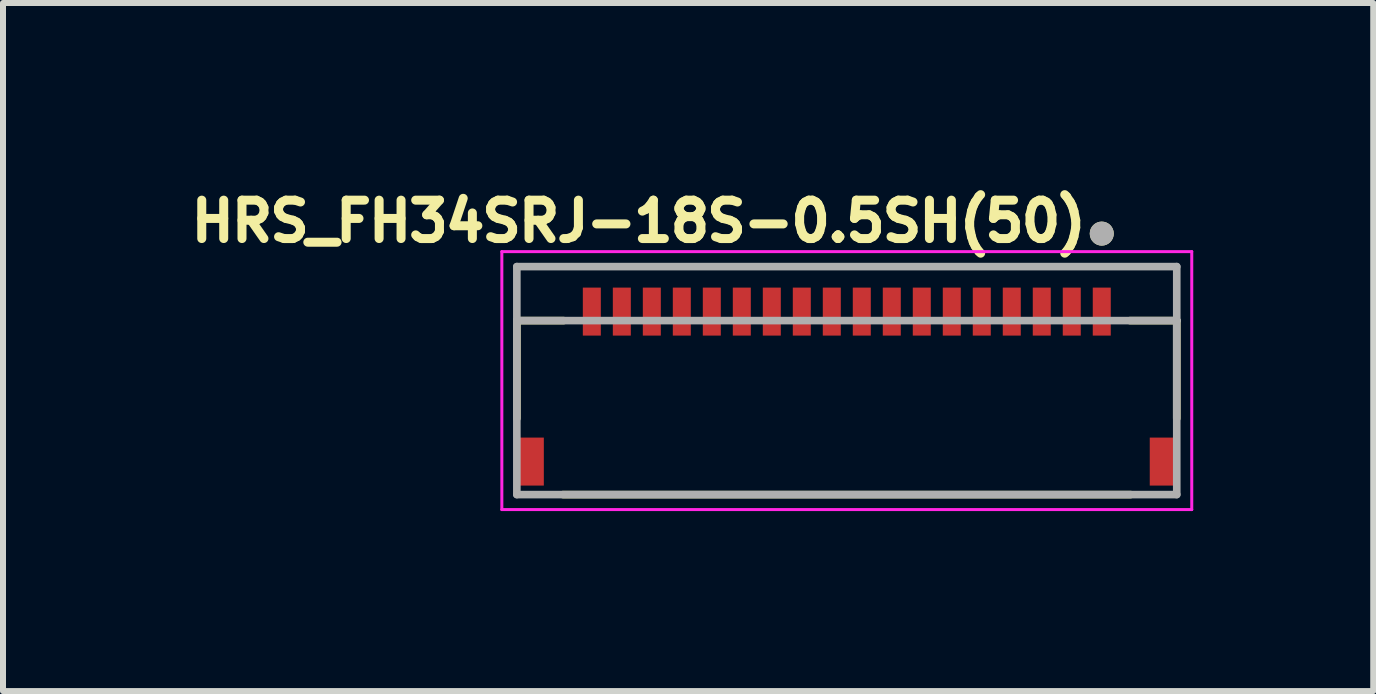
<source format=kicad_pcb>
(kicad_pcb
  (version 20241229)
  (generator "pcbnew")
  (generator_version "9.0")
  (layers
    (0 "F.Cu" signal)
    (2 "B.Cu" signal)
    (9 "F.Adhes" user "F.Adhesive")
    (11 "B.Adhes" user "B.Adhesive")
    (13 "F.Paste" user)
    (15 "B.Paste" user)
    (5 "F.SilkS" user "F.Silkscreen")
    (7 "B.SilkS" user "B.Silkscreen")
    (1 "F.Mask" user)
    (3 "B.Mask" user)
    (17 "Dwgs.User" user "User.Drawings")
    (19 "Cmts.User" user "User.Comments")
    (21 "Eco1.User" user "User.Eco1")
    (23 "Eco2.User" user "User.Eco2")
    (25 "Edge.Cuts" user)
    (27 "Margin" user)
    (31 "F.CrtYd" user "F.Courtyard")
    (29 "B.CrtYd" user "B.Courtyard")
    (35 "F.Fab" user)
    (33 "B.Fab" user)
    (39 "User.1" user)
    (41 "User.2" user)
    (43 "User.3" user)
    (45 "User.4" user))
  (footprint "HRS_FH34SRJ-18S-0.5SH(50)"
    (layer "F.Cu")
    (at 11.065 3.394)
    (property "Reference" "HRS_FH34SRJ-18S-0.5SH(50)" (at -3.468 -2.756 0) (layer "F.SilkS") (effects (font (size 0.64 0.64) (thickness 0.15))))
    (attr smd)
    (fp_line (start -5.5 -1.1) (end -5.5 0.53) (stroke (width 0.127) (type solid)) (layer "F.SilkS"))
    (fp_line (start -4.73 1.8) (end 4.73 1.8) (stroke (width 0.127) (type solid)) (layer "F.SilkS"))
    (fp_line (start -4.72 -1.1) (end -5.5 -1.1) (stroke (width 0.127) (type solid)) (layer "F.SilkS"))
    (fp_line (start 4.72 -1.1) (end 5.5 -1.1) (stroke (width 0.127) (type solid)) (layer "F.SilkS"))
    (fp_line (start 5.5 -1.1) (end 5.5 0.53) (stroke (width 0.127) (type solid)) (layer "F.SilkS"))
    (fp_circle (center 4.25 -2.55) (end 4.35 -2.55) (stroke (width 0.2) (type solid)) (fill no) (layer "F.SilkS"))
    (fp_poly (pts (xy -4.375 -1.65) (xy -4.125 -1.65) (xy -4.125 -1) (xy -4.375 -1)) (stroke (width 0.01) (type solid)) (fill yes) (layer "F.Paste"))
    (fp_poly (pts (xy -3.875 -1.65) (xy -3.625 -1.65) (xy -3.625 -1) (xy -3.875 -1)) (stroke (width 0.01) (type solid)) (fill yes) (layer "F.Paste"))
    (fp_poly (pts (xy -3.375 -1.65) (xy -3.125 -1.65) (xy -3.125 -1) (xy -3.375 -1)) (stroke (width 0.01) (type solid)) (fill yes) (layer "F.Paste"))
    (fp_poly (pts (xy -2.875 -1.65) (xy -2.625 -1.65) (xy -2.625 -1) (xy -2.875 -1)) (stroke (width 0.01) (type solid)) (fill yes) (layer "F.Paste"))
    (fp_poly (pts (xy -2.375 -1.65) (xy -2.125 -1.65) (xy -2.125 -1) (xy -2.375 -1)) (stroke (width 0.01) (type solid)) (fill yes) (layer "F.Paste"))
    (fp_poly (pts (xy -1.875 -1.65) (xy -1.625 -1.65) (xy -1.625 -1) (xy -1.875 -1)) (stroke (width 0.01) (type solid)) (fill yes) (layer "F.Paste"))
    (fp_poly (pts (xy -1.375 -1.65) (xy -1.125 -1.65) (xy -1.125 -1) (xy -1.375 -1)) (stroke (width 0.01) (type solid)) (fill yes) (layer "F.Paste"))
    (fp_poly (pts (xy -0.875 -1.65) (xy -0.625 -1.65) (xy -0.625 -1) (xy -0.875 -1)) (stroke (width 0.01) (type solid)) (fill yes) (layer "F.Paste"))
    (fp_poly (pts (xy -0.375 -1.65) (xy -0.125 -1.65) (xy -0.125 -1) (xy -0.375 -1)) (stroke (width 0.01) (type solid)) (fill yes) (layer "F.Paste"))
    (fp_poly (pts (xy 0.125 -1.65) (xy 0.375 -1.65) (xy 0.375 -1) (xy 0.125 -1)) (stroke (width 0.01) (type solid)) (fill yes) (layer "F.Paste"))
    (fp_poly (pts (xy 0.625 -1.65) (xy 0.875 -1.65) (xy 0.875 -1) (xy 0.625 -1)) (stroke (width 0.01) (type solid)) (fill yes) (layer "F.Paste"))
    (fp_poly (pts (xy 1.125 -1.65) (xy 1.375 -1.65) (xy 1.375 -1) (xy 1.125 -1)) (stroke (width 0.01) (type solid)) (fill yes) (layer "F.Paste"))
    (fp_poly (pts (xy 1.625 -1.65) (xy 1.875 -1.65) (xy 1.875 -1) (xy 1.625 -1)) (stroke (width 0.01) (type solid)) (fill yes) (layer "F.Paste"))
    (fp_poly (pts (xy 2.125 -1.65) (xy 2.375 -1.65) (xy 2.375 -1) (xy 2.125 -1)) (stroke (width 0.01) (type solid)) (fill yes) (layer "F.Paste"))
    (fp_poly (pts (xy 2.625 -1.65) (xy 2.875 -1.65) (xy 2.875 -1) (xy 2.625 -1)) (stroke (width 0.01) (type solid)) (fill yes) (layer "F.Paste"))
    (fp_poly (pts (xy 3.125 -1.65) (xy 3.375 -1.65) (xy 3.375 -1) (xy 3.125 -1)) (stroke (width 0.01) (type solid)) (fill yes) (layer "F.Paste"))
    (fp_poly (pts (xy 3.625 -1.65) (xy 3.875 -1.65) (xy 3.875 -1) (xy 3.625 -1)) (stroke (width 0.01) (type solid)) (fill yes) (layer "F.Paste"))
    (fp_poly (pts (xy 4.125 -1.65) (xy 4.375 -1.65) (xy 4.375 -1) (xy 4.125 -1)) (stroke (width 0.01) (type solid)) (fill yes) (layer "F.Paste"))
    (fp_line (start -5.75 -2.25) (end -5.75 2.05) (stroke (width 0.05) (type solid)) (layer "F.CrtYd"))
    (fp_line (start -5.75 2.05) (end 5.75 2.05) (stroke (width 0.05) (type solid)) (layer "F.CrtYd"))
    (fp_line (start 5.75 -2.25) (end -5.75 -2.25) (stroke (width 0.05) (type solid)) (layer "F.CrtYd"))
    (fp_line (start 5.75 2.05) (end 5.75 -2.25) (stroke (width 0.05) (type solid)) (layer "F.CrtYd"))
    (fp_line (start -5.5 -2) (end 5.5 -2) (stroke (width 0.127) (type solid)) (layer "F.Fab"))
    (fp_line (start -5.5 -1.1) (end -5.5 -2) (stroke (width 0.127) (type solid)) (layer "F.Fab"))
    (fp_line (start -5.5 -1.1) (end 5.5 -1.1) (stroke (width 0.127) (type solid)) (layer "F.Fab"))
    (fp_line (start -5.5 1.8) (end -5.5 -1.1) (stroke (width 0.127) (type solid)) (layer "F.Fab"))
    (fp_line (start 5.5 -2) (end 5.5 -1.1) (stroke (width 0.127) (type solid)) (layer "F.Fab"))
    (fp_line (start 5.5 -1.1) (end 5.5 1.8) (stroke (width 0.127) (type solid)) (layer "F.Fab"))
    (fp_line (start 5.5 1.8) (end -5.5 1.8) (stroke (width 0.127) (type solid)) (layer "F.Fab"))
    (fp_circle (center 4.25 -2.55) (end 4.35 -2.55) (stroke (width 0.2) (type solid)) (fill no) (layer "F.Fab"))
    (pad "1" smd rect (at 4.25 -1.25) (size 0.3 0.8) (layers "F.Cu" "F.Mask"))
    (pad "2" smd rect (at 3.75 -1.25) (size 0.3 0.8) (layers "F.Cu" "F.Mask"))
    (pad "3" smd rect (at 3.25 -1.25) (size 0.3 0.8) (layers "F.Cu" "F.Mask"))
    (pad "4" smd rect (at 2.75 -1.25) (size 0.3 0.8) (layers "F.Cu" "F.Mask"))
    (pad "5" smd rect (at 2.25 -1.25) (size 0.3 0.8) (layers "F.Cu" "F.Mask"))
    (pad "6" smd rect (at 1.75 -1.25) (size 0.3 0.8) (layers "F.Cu" "F.Mask"))
    (pad "7" smd rect (at 1.25 -1.25) (size 0.3 0.8) (layers "F.Cu" "F.Mask"))
    (pad "8" smd rect (at 0.75 -1.25) (size 0.3 0.8) (layers "F.Cu" "F.Mask"))
    (pad "9" smd rect (at 0.25 -1.25) (size 0.3 0.8) (layers "F.Cu" "F.Mask"))
    (pad "10" smd rect (at -0.25 -1.25) (size 0.3 0.8) (layers "F.Cu" "F.Mask"))
    (pad "11" smd rect (at -0.75 -1.25) (size 0.3 0.8) (layers "F.Cu" "F.Mask"))
    (pad "12" smd rect (at -1.25 -1.25) (size 0.3 0.8) (layers "F.Cu" "F.Mask"))
    (pad "13" smd rect (at -1.75 -1.25) (size 0.3 0.8) (layers "F.Cu" "F.Mask"))
    (pad "14" smd rect (at -2.25 -1.25) (size 0.3 0.8) (layers "F.Cu" "F.Mask"))
    (pad "15" smd rect (at -2.75 -1.25) (size 0.3 0.8) (layers "F.Cu" "F.Mask"))
    (pad "16" smd rect (at -3.25 -1.25) (size 0.3 0.8) (layers "F.Cu" "F.Mask"))
    (pad "17" smd rect (at -3.75 -1.25) (size 0.3 0.8) (layers "F.Cu" "F.Mask"))
    (pad "18" smd rect (at -4.25 -1.25) (size 0.3 0.8) (layers "F.Cu" "F.Mask"))
    (pad "S1" smd rect (at 5.25 1.25) (size 0.4 0.8) (layers "F.Cu" "F.Mask" "F.Paste"))
    (pad "S2" smd rect (at -5.25 1.25) (size 0.4 0.8) (layers "F.Cu" "F.Mask" "F.Paste")))
  (gr_rect
    (start -3 -3)
    (end 19.84 8.469)
    (stroke (width 0.1) (type default))
    (fill no)
    (layer "Edge.Cuts")))
</source>
